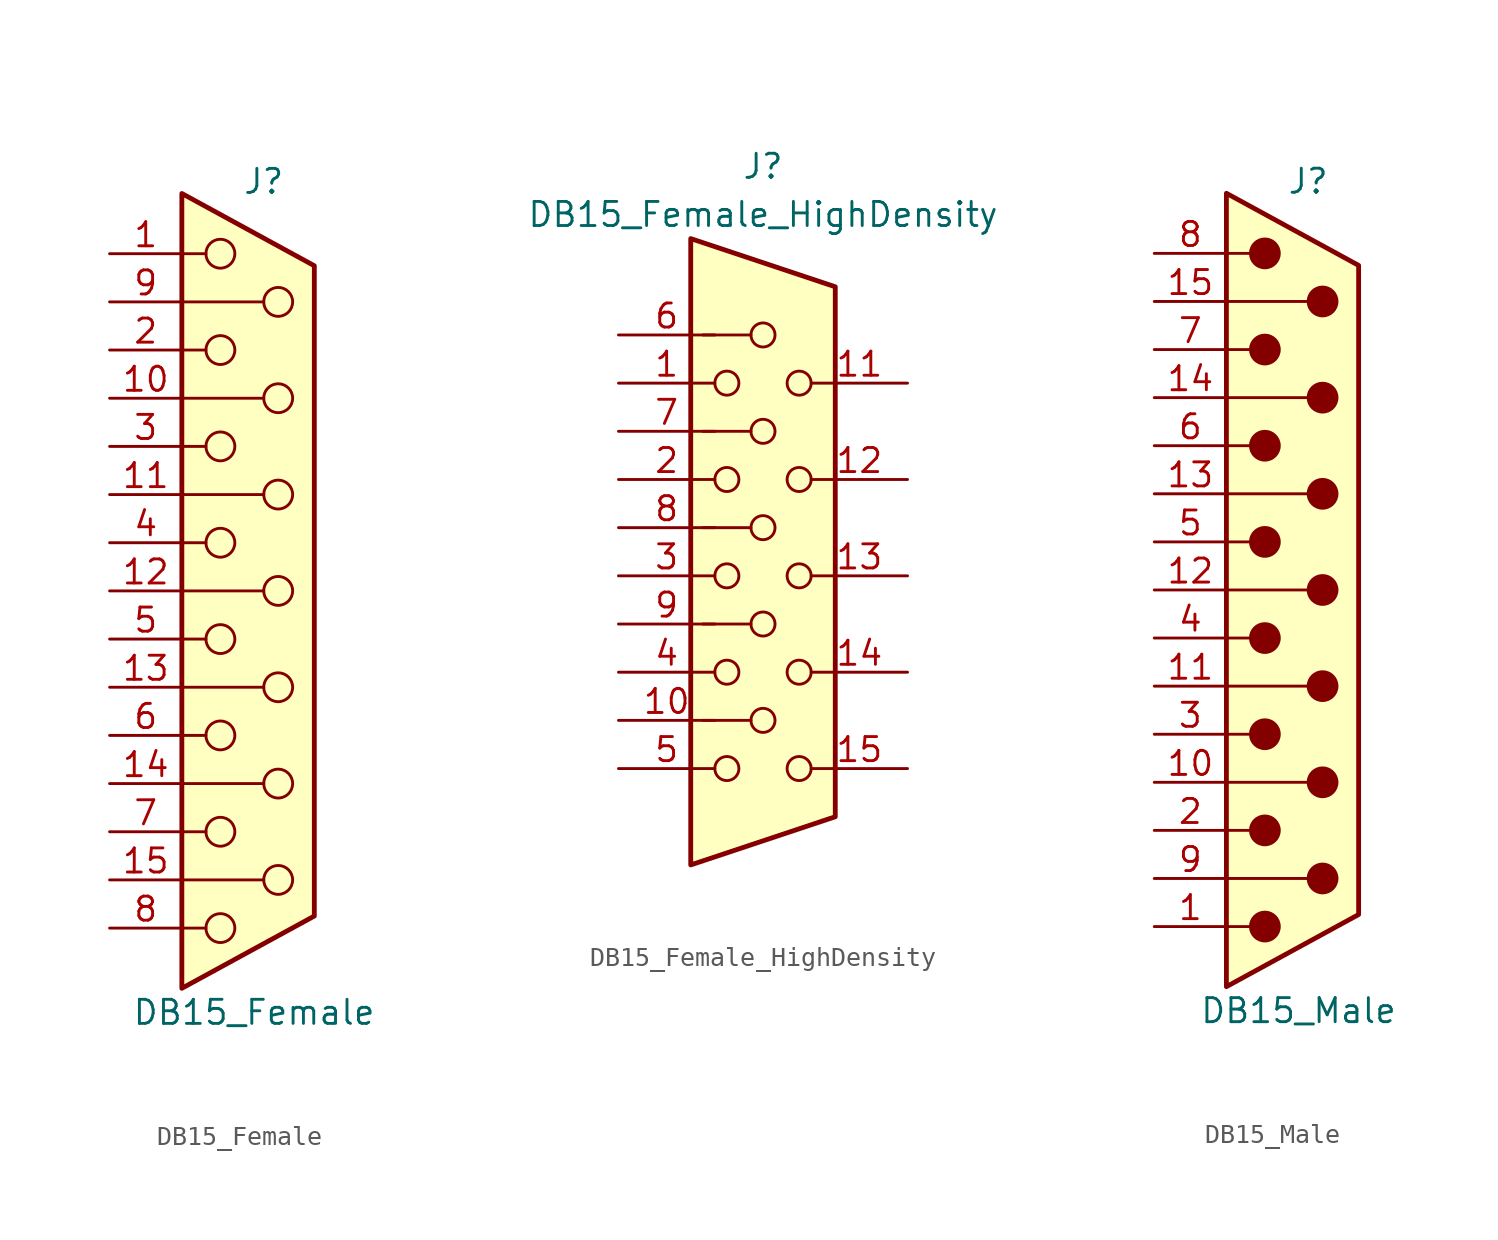
<source format=kicad_sym>
(kicad_symbol_lib
  (version 20220914)
  (generator kicad_symbol_editor)
  (symbol "DB15_Female"
    (pin_names
      (offset 1.016) hide)
    (property "Reference" "J"
      (at 0.508 21.59 0)
      (effects (font (size 1.27 1.27))))
    (property "Value" "DB15_Female"
      (at 0 -22.225 0)
      (effects (font (size 1.27 1.27))))
    (symbol "DB15_Female_0_1"
      (circle (center -1.778 -17.78) (radius 0.762) (stroke (width 0) (type solid)) (fill (type none)))
      (circle (center -1.778 -12.7) (radius 0.762) (stroke (width 0) (type solid)) (fill (type none)))
      (circle (center -1.778 -7.62) (radius 0.762) (stroke (width 0) (type solid)) (fill (type none)))
      (circle (center -1.778 -2.54) (radius 0.762) (stroke (width 0) (type solid)) (fill (type none)))
      (circle (center -1.778 2.54) (radius 0.762) (stroke (width 0) (type solid)) (fill (type none)))
      (circle (center -1.778 7.62) (radius 0.762) (stroke (width 0) (type solid)) (fill (type none)))
      (circle (center -1.778 12.7) (radius 0.762) (stroke (width 0) (type solid)) (fill (type none)))
      (circle (center -1.778 17.78) (radius 0.762) (stroke (width 0) (type solid)) (fill (type none)))
      (polyline (pts (xy -3.81 -17.78) (xy -2.54 -17.78)) (stroke (width 0) (type solid)) (fill (type none)))
      (polyline (pts (xy -3.81 -15.24) (xy 0.508 -15.24)) (stroke (width 0) (type solid)) (fill (type none)))
      (polyline (pts (xy -3.81 -12.7) (xy -2.54 -12.7)) (stroke (width 0) (type solid)) (fill (type none)))
      (polyline (pts (xy -3.81 -10.16) (xy 0.508 -10.16)) (stroke (width 0) (type solid)) (fill (type none)))
      (polyline (pts (xy -3.81 -7.62) (xy -2.54 -7.62)) (stroke (width 0) (type solid)) (fill (type none)))
      (polyline (pts (xy -3.81 -5.08) (xy 0.508 -5.08)) (stroke (width 0) (type solid)) (fill (type none)))
      (polyline (pts (xy -3.81 -2.54) (xy -2.54 -2.54)) (stroke (width 0) (type solid)) (fill (type none)))
      (polyline (pts (xy -3.81 0) (xy 0.508 0)) (stroke (width 0) (type solid)) (fill (type none)))
      (polyline (pts (xy -3.81 2.54) (xy -2.54 2.54)) (stroke (width 0) (type solid)) (fill (type none)))
      (polyline (pts (xy -3.81 5.08) (xy 0.508 5.08)) (stroke (width 0) (type solid)) (fill (type none)))
      (polyline (pts (xy -3.81 7.62) (xy -2.54 7.62)) (stroke (width 0) (type solid)) (fill (type none)))
      (polyline (pts (xy -3.81 10.16) (xy 0.508 10.16)) (stroke (width 0) (type solid)) (fill (type none)))
      (polyline (pts (xy -3.81 12.7) (xy -2.54 12.7)) (stroke (width 0) (type solid)) (fill (type none)))
      (polyline (pts (xy -3.81 15.24) (xy 0.508 15.24)) (stroke (width 0) (type solid)) (fill (type none)))
      (polyline (pts (xy -3.81 17.78) (xy -2.54 17.78)) (stroke (width 0) (type solid)) (fill (type none)))
      (polyline (pts (xy -3.81 20.955) (xy 3.175 17.145) (xy 3.175 -17.145) (xy -3.81 -20.955) (xy -3.81 20.955)) (stroke (width 0.254) (type solid)) (fill (type background)))
      (circle (center 1.27 -15.24) (radius 0.762) (stroke (width 0) (type solid)) (fill (type none)))
      (circle (center 1.27 -10.16) (radius 0.762) (stroke (width 0) (type solid)) (fill (type none)))
      (circle (center 1.27 -5.08) (radius 0.762) (stroke (width 0) (type solid)) (fill (type none)))
      (circle (center 1.27 0) (radius 0.762) (stroke (width 0) (type solid)) (fill (type none)))
      (circle (center 1.27 5.08) (radius 0.762) (stroke (width 0) (type solid)) (fill (type none)))
      (circle (center 1.27 10.16) (radius 0.762) (stroke (width 0) (type solid)) (fill (type none)))
      (circle (center 1.27 15.24) (radius 0.762) (stroke (width 0) (type solid)) (fill (type none))))
    (symbol "DB15_Female_1_1"
      (pin passive line (at -7.62 17.78 0) (length 3.81) (name "1" (effects (font (size 1.27 1.27)))) (number "1" (effects (font (size 1.27 1.27)))))
      (pin passive line (at -7.62 10.16 0) (length 3.81) (name "P10" (effects (font (size 1.27 1.27)))) (number "10" (effects (font (size 1.27 1.27)))))
      (pin passive line (at -7.62 5.08 0) (length 3.81) (name "P111" (effects (font (size 1.27 1.27)))) (number "11" (effects (font (size 1.27 1.27)))))
      (pin passive line (at -7.62 0 0) (length 3.81) (name "P12" (effects (font (size 1.27 1.27)))) (number "12" (effects (font (size 1.27 1.27)))))
      (pin passive line (at -7.62 -5.08 0) (length 3.81) (name "P13" (effects (font (size 1.27 1.27)))) (number "13" (effects (font (size 1.27 1.27)))))
      (pin passive line (at -7.62 -10.16 0) (length 3.81) (name "P14" (effects (font (size 1.27 1.27)))) (number "14" (effects (font (size 1.27 1.27)))))
      (pin passive line (at -7.62 -15.24 0) (length 3.81) (name "P15" (effects (font (size 1.27 1.27)))) (number "15" (effects (font (size 1.27 1.27)))))
      (pin passive line (at -7.62 12.7 0) (length 3.81) (name "2" (effects (font (size 1.27 1.27)))) (number "2" (effects (font (size 1.27 1.27)))))
      (pin passive line (at -7.62 7.62 0) (length 3.81) (name "3" (effects (font (size 1.27 1.27)))) (number "3" (effects (font (size 1.27 1.27)))))
      (pin passive line (at -7.62 2.54 0) (length 3.81) (name "4" (effects (font (size 1.27 1.27)))) (number "4" (effects (font (size 1.27 1.27)))))
      (pin passive line (at -7.62 -2.54 0) (length 3.81) (name "5" (effects (font (size 1.27 1.27)))) (number "5" (effects (font (size 1.27 1.27)))))
      (pin passive line (at -7.62 -7.62 0) (length 3.81) (name "6" (effects (font (size 1.27 1.27)))) (number "6" (effects (font (size 1.27 1.27)))))
      (pin passive line (at -7.62 -12.7 0) (length 3.81) (name "7" (effects (font (size 1.27 1.27)))) (number "7" (effects (font (size 1.27 1.27)))))
      (pin passive line (at -7.62 -17.78 0) (length 3.81) (name "8" (effects (font (size 1.27 1.27)))) (number "8" (effects (font (size 1.27 1.27)))))
      (pin passive line (at -7.62 15.24 0) (length 3.81) (name "P9" (effects (font (size 1.27 1.27)))) (number "9" (effects (font (size 1.27 1.27)))))))
  (symbol "DB15_Female_HighDensity"
    (pin_names
      (offset 1.016) hide)
    (property "Reference" "J"
      (at 0 21.59 0)
      (effects (font (size 1.27 1.27))))
    (property "Value" "DB15_Female_HighDensity"
      (at 0 19.05 0)
      (effects (font (size 1.27 1.27))))
    (symbol "DB15_Female_HighDensity_0_1"
      (circle (center -1.905 -10.16) (radius 0.635) (stroke (width 0) (type solid)) (fill (type none)))
      (circle (center -1.905 -5.08) (radius 0.635) (stroke (width 0) (type solid)) (fill (type none)))
      (circle (center -1.905 0) (radius 0.635) (stroke (width 0) (type solid)) (fill (type none)))
      (circle (center -1.905 5.08) (radius 0.635) (stroke (width 0) (type solid)) (fill (type none)))
      (circle (center -1.905 10.16) (radius 0.635) (stroke (width 0) (type solid)) (fill (type none)))
      (circle (center 0 -7.62) (radius 0.635) (stroke (width 0) (type solid)) (fill (type none)))
      (circle (center 0 -2.54) (radius 0.635) (stroke (width 0) (type solid)) (fill (type none)))
      (polyline (pts (xy -3.175 7.62) (xy -0.635 7.62)) (stroke (width 0) (type solid)) (fill (type none)))
      (polyline (pts (xy -0.635 -7.62) (xy -3.175 -7.62)) (stroke (width 0) (type solid)) (fill (type none)))
      (polyline (pts (xy -0.635 -2.54) (xy -3.175 -2.54)) (stroke (width 0) (type solid)) (fill (type none)))
      (polyline (pts (xy -0.635 2.54) (xy -3.175 2.54)) (stroke (width 0) (type solid)) (fill (type none)))
      (polyline (pts (xy -0.635 12.7) (xy -3.175 12.7)) (stroke (width 0) (type solid)) (fill (type none)))
      (polyline (pts (xy -3.81 17.78) (xy -3.81 -15.24) (xy 3.81 -12.7) (xy 3.81 15.24) (xy -3.81 17.78)) (stroke (width 0.254) (type solid)) (fill (type background)))
      (circle (center 0 2.54) (radius 0.635) (stroke (width 0) (type solid)) (fill (type none)))
      (circle (center 0 7.62) (radius 0.635) (stroke (width 0) (type solid)) (fill (type none)))
      (circle (center 0 12.7) (radius 0.635) (stroke (width 0) (type solid)) (fill (type none)))
      (circle (center 1.905 -10.16) (radius 0.635) (stroke (width 0) (type solid)) (fill (type none)))
      (circle (center 1.905 -5.08) (radius 0.635) (stroke (width 0) (type solid)) (fill (type none)))
      (circle (center 1.905 0) (radius 0.635) (stroke (width 0) (type solid)) (fill (type none)))
      (circle (center 1.905 5.08) (radius 0.635) (stroke (width 0) (type solid)) (fill (type none)))
      (circle (center 1.905 10.16) (radius 0.635) (stroke (width 0) (type solid)) (fill (type none))))
    (symbol "DB15_Female_HighDensity_1_1"
      (pin passive line (at -7.62 10.16 0) (length 5.08) (name "~" (effects (font (size 1.27 1.27)))) (number "1" (effects (font (size 1.27 1.27)))))
      (pin passive line (at -7.62 -7.62 0) (length 5.08) (name "~" (effects (font (size 1.27 1.27)))) (number "10" (effects (font (size 1.27 1.27)))))
      (pin passive line (at 7.62 10.16 180) (length 5.08) (name "~" (effects (font (size 1.27 1.27)))) (number "11" (effects (font (size 1.27 1.27)))))
      (pin passive line (at 7.62 5.08 180) (length 5.08) (name "~" (effects (font (size 1.27 1.27)))) (number "12" (effects (font (size 1.27 1.27)))))
      (pin passive line (at 7.62 0 180) (length 5.08) (name "~" (effects (font (size 1.27 1.27)))) (number "13" (effects (font (size 1.27 1.27)))))
      (pin passive line (at 7.62 -5.08 180) (length 5.08) (name "~" (effects (font (size 1.27 1.27)))) (number "14" (effects (font (size 1.27 1.27)))))
      (pin passive line (at 7.62 -10.16 180) (length 5.08) (name "~" (effects (font (size 1.27 1.27)))) (number "15" (effects (font (size 1.27 1.27)))))
      (pin passive line (at -7.62 5.08 0) (length 5.08) (name "~" (effects (font (size 1.27 1.27)))) (number "2" (effects (font (size 1.27 1.27)))))
      (pin passive line (at -7.62 0 0) (length 5.08) (name "~" (effects (font (size 1.27 1.27)))) (number "3" (effects (font (size 1.27 1.27)))))
      (pin passive line (at -7.62 -5.08 0) (length 5.08) (name "~" (effects (font (size 1.27 1.27)))) (number "4" (effects (font (size 1.27 1.27)))))
      (pin passive line (at -7.62 -10.16 0) (length 5.08) (name "~" (effects (font (size 1.27 1.27)))) (number "5" (effects (font (size 1.27 1.27)))))
      (pin passive line (at -7.62 12.7 0) (length 5.08) (name "~" (effects (font (size 1.27 1.27)))) (number "6" (effects (font (size 1.27 1.27)))))
      (pin passive line (at -7.62 7.62 0) (length 5.08) (name "~" (effects (font (size 1.27 1.27)))) (number "7" (effects (font (size 1.27 1.27)))))
      (pin passive line (at -7.62 2.54 0) (length 5.08) (name "~" (effects (font (size 1.27 1.27)))) (number "8" (effects (font (size 1.27 1.27)))))
      (pin passive line (at -7.62 -2.54 0) (length 5.08) (name "~" (effects (font (size 1.27 1.27)))) (number "9" (effects (font (size 1.27 1.27)))))))
  (symbol "DB15_Male"
    (pin_names
      (offset 1.016) hide)
    (property "Reference" "J"
      (at 0.508 21.59 0)
      (effects (font (size 1.27 1.27))))
    (property "Value" "DB15_Male"
      (at 0 -22.225 0)
      (effects (font (size 1.27 1.27))))
    (symbol "DB15_Male_0_1"
      (circle (center -1.778 -17.78) (radius 0.762) (stroke (width 0) (type solid)) (fill (type outline)))
      (circle (center -1.778 -12.7) (radius 0.762) (stroke (width 0) (type solid)) (fill (type outline)))
      (circle (center -1.778 -7.62) (radius 0.762) (stroke (width 0) (type solid)) (fill (type outline)))
      (circle (center -1.778 -2.54) (radius 0.762) (stroke (width 0) (type solid)) (fill (type outline)))
      (circle (center -1.778 2.54) (radius 0.762) (stroke (width 0) (type solid)) (fill (type outline)))
      (circle (center -1.778 7.62) (radius 0.762) (stroke (width 0) (type solid)) (fill (type outline)))
      (circle (center -1.778 12.7) (radius 0.762) (stroke (width 0) (type solid)) (fill (type outline)))
      (circle (center -1.778 17.78) (radius 0.762) (stroke (width 0) (type solid)) (fill (type outline)))
      (polyline (pts (xy -3.81 -17.78) (xy -2.54 -17.78)) (stroke (width 0) (type solid)) (fill (type none)))
      (polyline (pts (xy -3.81 -15.24) (xy 0.508 -15.24)) (stroke (width 0) (type solid)) (fill (type none)))
      (polyline (pts (xy -3.81 -12.7) (xy -2.54 -12.7)) (stroke (width 0) (type solid)) (fill (type none)))
      (polyline (pts (xy -3.81 -10.16) (xy 0.508 -10.16)) (stroke (width 0) (type solid)) (fill (type none)))
      (polyline (pts (xy -3.81 -7.62) (xy -2.54 -7.62)) (stroke (width 0) (type solid)) (fill (type none)))
      (polyline (pts (xy -3.81 -5.08) (xy 0.508 -5.08)) (stroke (width 0) (type solid)) (fill (type none)))
      (polyline (pts (xy -3.81 -2.54) (xy -2.54 -2.54)) (stroke (width 0) (type solid)) (fill (type none)))
      (polyline (pts (xy -3.81 0) (xy 0.508 0)) (stroke (width 0) (type solid)) (fill (type none)))
      (polyline (pts (xy -3.81 2.54) (xy -2.54 2.54)) (stroke (width 0) (type solid)) (fill (type none)))
      (polyline (pts (xy -3.81 5.08) (xy 0.508 5.08)) (stroke (width 0) (type solid)) (fill (type none)))
      (polyline (pts (xy -3.81 7.62) (xy -2.54 7.62)) (stroke (width 0) (type solid)) (fill (type none)))
      (polyline (pts (xy -3.81 10.16) (xy 0.508 10.16)) (stroke (width 0) (type solid)) (fill (type none)))
      (polyline (pts (xy -3.81 12.7) (xy -2.54 12.7)) (stroke (width 0) (type solid)) (fill (type none)))
      (polyline (pts (xy -3.81 15.24) (xy 0.508 15.24)) (stroke (width 0) (type solid)) (fill (type none)))
      (polyline (pts (xy -3.81 17.78) (xy -2.54 17.78)) (stroke (width 0) (type solid)) (fill (type none)))
      (polyline (pts (xy -3.81 -20.955) (xy 3.175 -17.145) (xy 3.175 17.145) (xy -3.81 20.955) (xy -3.81 -20.955)) (stroke (width 0.254) (type solid)) (fill (type background)))
      (circle (center 1.27 -15.24) (radius 0.762) (stroke (width 0) (type solid)) (fill (type outline)))
      (circle (center 1.27 -10.16) (radius 0.762) (stroke (width 0) (type solid)) (fill (type outline)))
      (circle (center 1.27 -5.08) (radius 0.762) (stroke (width 0) (type solid)) (fill (type outline)))
      (circle (center 1.27 0) (radius 0.762) (stroke (width 0) (type solid)) (fill (type outline)))
      (circle (center 1.27 5.08) (radius 0.762) (stroke (width 0) (type solid)) (fill (type outline)))
      (circle (center 1.27 10.16) (radius 0.762) (stroke (width 0) (type solid)) (fill (type outline)))
      (circle (center 1.27 15.24) (radius 0.762) (stroke (width 0) (type solid)) (fill (type outline))))
    (symbol "DB15_Male_1_1"
      (pin passive line (at -7.62 -17.78 0) (length 3.81) (name "1" (effects (font (size 1.27 1.27)))) (number "1" (effects (font (size 1.27 1.27)))))
      (pin passive line (at -7.62 -10.16 0) (length 3.81) (name "P10" (effects (font (size 1.27 1.27)))) (number "10" (effects (font (size 1.27 1.27)))))
      (pin passive line (at -7.62 -5.08 0) (length 3.81) (name "P111" (effects (font (size 1.27 1.27)))) (number "11" (effects (font (size 1.27 1.27)))))
      (pin passive line (at -7.62 0 0) (length 3.81) (name "P12" (effects (font (size 1.27 1.27)))) (number "12" (effects (font (size 1.27 1.27)))))
      (pin passive line (at -7.62 5.08 0) (length 3.81) (name "P13" (effects (font (size 1.27 1.27)))) (number "13" (effects (font (size 1.27 1.27)))))
      (pin passive line (at -7.62 10.16 0) (length 3.81) (name "P14" (effects (font (size 1.27 1.27)))) (number "14" (effects (font (size 1.27 1.27)))))
      (pin passive line (at -7.62 15.24 0) (length 3.81) (name "P15" (effects (font (size 1.27 1.27)))) (number "15" (effects (font (size 1.27 1.27)))))
      (pin passive line (at -7.62 -12.7 0) (length 3.81) (name "2" (effects (font (size 1.27 1.27)))) (number "2" (effects (font (size 1.27 1.27)))))
      (pin passive line (at -7.62 -7.62 0) (length 3.81) (name "3" (effects (font (size 1.27 1.27)))) (number "3" (effects (font (size 1.27 1.27)))))
      (pin passive line (at -7.62 -2.54 0) (length 3.81) (name "4" (effects (font (size 1.27 1.27)))) (number "4" (effects (font (size 1.27 1.27)))))
      (pin passive line (at -7.62 2.54 0) (length 3.81) (name "5" (effects (font (size 1.27 1.27)))) (number "5" (effects (font (size 1.27 1.27)))))
      (pin passive line (at -7.62 7.62 0) (length 3.81) (name "6" (effects (font (size 1.27 1.27)))) (number "6" (effects (font (size 1.27 1.27)))))
      (pin passive line (at -7.62 12.7 0) (length 3.81) (name "7" (effects (font (size 1.27 1.27)))) (number "7" (effects (font (size 1.27 1.27)))))
      (pin passive line (at -7.62 17.78 0) (length 3.81) (name "8" (effects (font (size 1.27 1.27)))) (number "8" (effects (font (size 1.27 1.27)))))
      (pin passive line (at -7.62 -15.24 0) (length 3.81) (name "P9" (effects (font (size 1.27 1.27)))) (number "9" (effects (font (size 1.27 1.27))))))))
</source>
